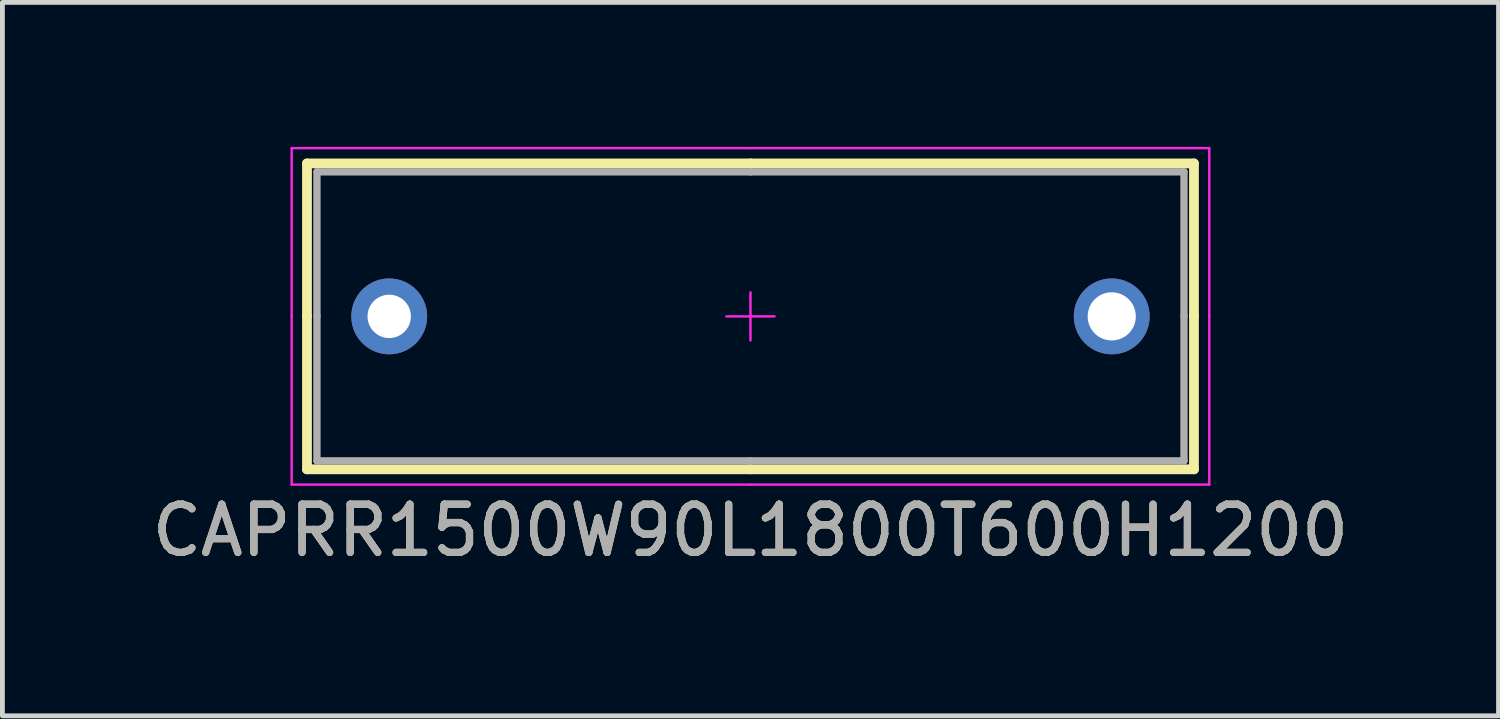
<source format=kicad_pcb>
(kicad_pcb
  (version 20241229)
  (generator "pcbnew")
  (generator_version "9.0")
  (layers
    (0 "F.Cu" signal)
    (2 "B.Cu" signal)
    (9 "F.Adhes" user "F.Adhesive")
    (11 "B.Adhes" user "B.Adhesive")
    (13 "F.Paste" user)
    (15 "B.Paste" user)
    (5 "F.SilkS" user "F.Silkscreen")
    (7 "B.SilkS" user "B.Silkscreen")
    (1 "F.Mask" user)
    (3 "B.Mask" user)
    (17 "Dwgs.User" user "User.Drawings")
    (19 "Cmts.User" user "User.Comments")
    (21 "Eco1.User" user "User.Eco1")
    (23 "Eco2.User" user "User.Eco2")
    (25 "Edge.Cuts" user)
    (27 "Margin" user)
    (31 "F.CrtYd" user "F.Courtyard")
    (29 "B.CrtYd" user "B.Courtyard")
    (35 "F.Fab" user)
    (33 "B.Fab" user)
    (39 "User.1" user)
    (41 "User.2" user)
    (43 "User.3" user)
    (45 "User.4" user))
  (footprint "CAPRR1500W90L1800T600H1200"
    (layer "F.Cu")
    (at 12.53 3.518)
    (property "Reference" "CAPRR1500W90L1800T600H1200" (at 0 4.445 0) (layer "F.SilkS") (effects (font (size 1 1) (thickness 0.15))))
    (attr through_hole)
    (fp_line (start -9.207 -3.175) (end 0 -3.175) (stroke (width 0.203) (type default)) (layer "F.SilkS"))
    (fp_line (start -9.207 0) (end -9.207 -3.175) (stroke (width 0.203) (type default)) (layer "F.SilkS"))
    (fp_line (start -9.207 0) (end -9.207 3.175) (stroke (width 0.203) (type default)) (layer "F.SilkS"))
    (fp_line (start -9.207 3.175) (end 0 3.175) (stroke (width 0.203) (type default)) (layer "F.SilkS"))
    (fp_line (start 9.207 -3.175) (end 0 -3.175) (stroke (width 0.203) (type default)) (layer "F.SilkS"))
    (fp_line (start 9.207 0) (end 9.207 -3.175) (stroke (width 0.203) (type default)) (layer "F.SilkS"))
    (fp_line (start 9.207 0) (end 9.207 3.175) (stroke (width 0.203) (type default)) (layer "F.SilkS"))
    (fp_line (start 9.207 3.175) (end 0 3.175) (stroke (width 0.203) (type default)) (layer "F.SilkS"))
    (fp_line (start -9.525 -3.493) (end -9.525 0) (stroke (width 0.05) (type solid)) (layer "F.CrtYd"))
    (fp_line (start -9.525 -3.493) (end 0 -3.493) (stroke (width 0.05) (type solid)) (layer "F.CrtYd"))
    (fp_line (start -9.525 3.493) (end -9.525 0) (stroke (width 0.05) (type solid)) (layer "F.CrtYd"))
    (fp_line (start -9.525 3.493) (end 0 3.493) (stroke (width 0.05) (type solid)) (layer "F.CrtYd"))
    (fp_line (start -0.5 0) (end 0.5 0) (stroke (width 0.05) (type default)) (layer "F.CrtYd"))
    (fp_line (start 0 0.5) (end 0 -0.5) (stroke (width 0.05) (type default)) (layer "F.CrtYd"))
    (fp_line (start 9.525 -3.493) (end 0 -3.493) (stroke (width 0.05) (type solid)) (layer "F.CrtYd"))
    (fp_line (start 9.525 -3.493) (end 9.525 0) (stroke (width 0.05) (type solid)) (layer "F.CrtYd"))
    (fp_line (start 9.525 3.493) (end 0 3.493) (stroke (width 0.05) (type solid)) (layer "F.CrtYd"))
    (fp_line (start 9.525 3.493) (end 9.525 0) (stroke (width 0.05) (type solid)) (layer "F.CrtYd"))
    (fp_line (start -9 0) (end -9 -3) (stroke (width 0.152) (type default)) (layer "F.Fab"))
    (fp_line (start -9 0) (end -9 3) (stroke (width 0.152) (type default)) (layer "F.Fab"))
    (fp_line (start 0 -3) (end -9 -3) (stroke (width 0.152) (type default)) (layer "F.Fab"))
    (fp_line (start 0 -3) (end 9 -3) (stroke (width 0.152) (type default)) (layer "F.Fab"))
    (fp_line (start 0 3) (end -9 3) (stroke (width 0.152) (type default)) (layer "F.Fab"))
    (fp_line (start 0 3) (end 9 3) (stroke (width 0.152) (type default)) (layer "F.Fab"))
    (fp_line (start 9 0) (end 9 -3) (stroke (width 0.152) (type default)) (layer "F.Fab"))
    (fp_line (start 9 0) (end 9 3) (stroke (width 0.152) (type default)) (layer "F.Fab"))
    (fp_text user "${REFERENCE}" (at 0 4.445 0) (layer "F.Fab") (effects (font (size 1 1) (thickness 0.15))))
    (pad "1" thru_hole circle (at -7.5 0) (size 1.575 1.575) (drill 0.9) (layers "*.Cu" "*.Mask"))
    (pad "2" thru_hole circle (at 7.5 0) (size 1.575 1.575) (drill 1) (layers "*.Cu" "*.Mask")))
  (gr_rect
    (start -3 -3)
    (end 28.06 11.811)
    (stroke (width 0.1) (type default))
    (fill no)
    (layer "Edge.Cuts")))
</source>
